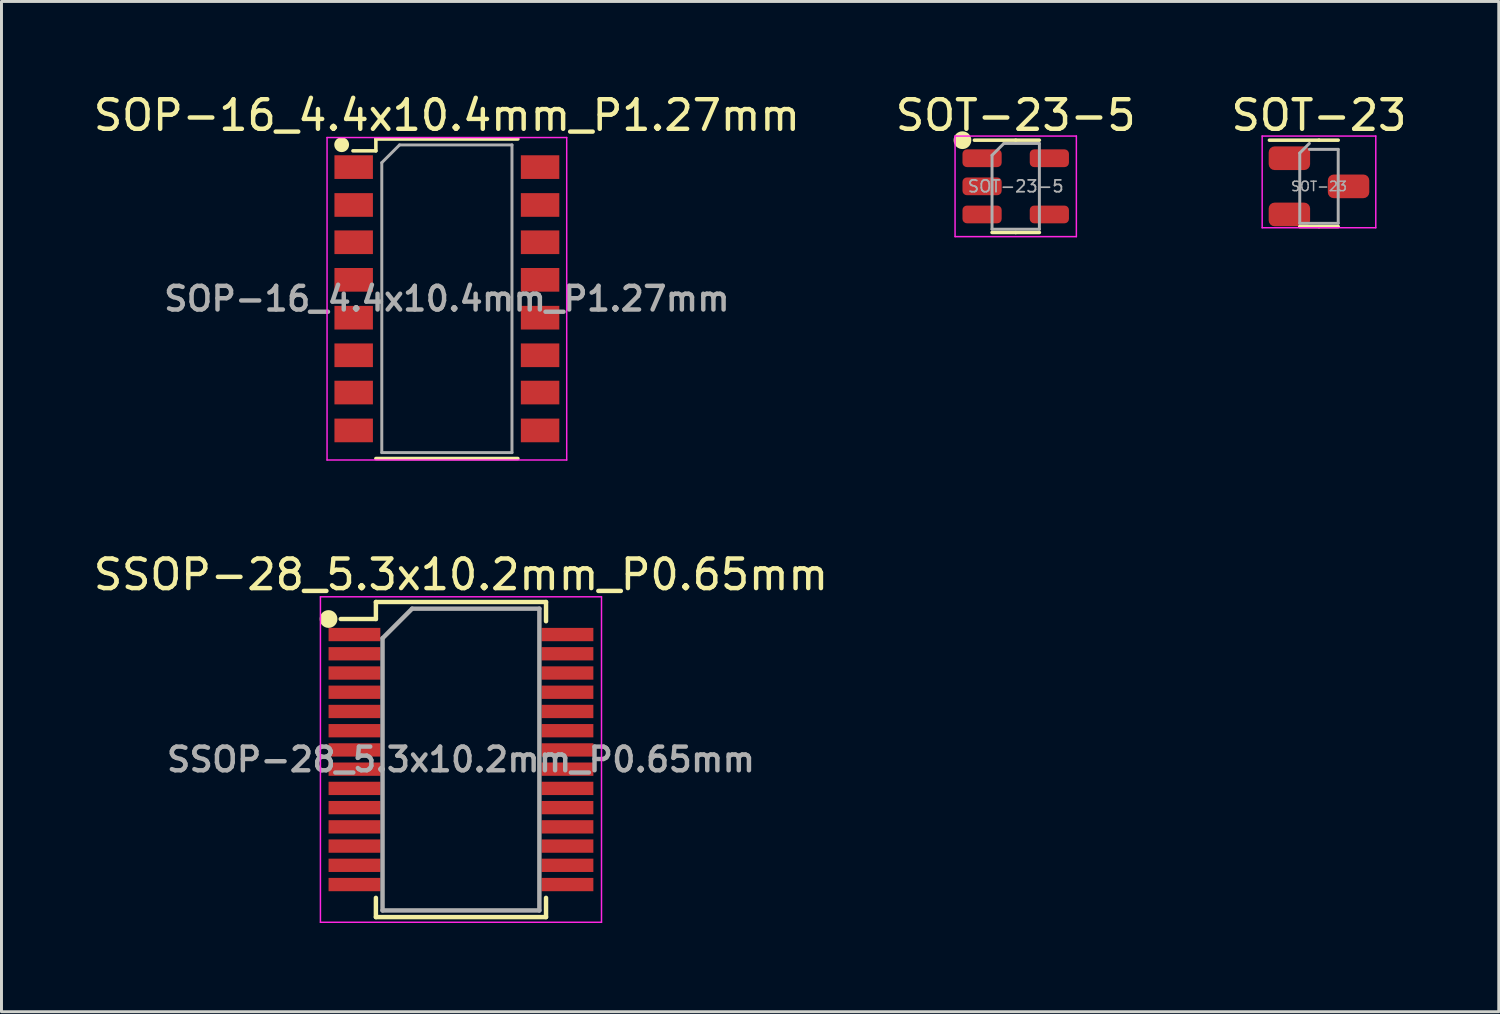
<source format=kicad_pcb>
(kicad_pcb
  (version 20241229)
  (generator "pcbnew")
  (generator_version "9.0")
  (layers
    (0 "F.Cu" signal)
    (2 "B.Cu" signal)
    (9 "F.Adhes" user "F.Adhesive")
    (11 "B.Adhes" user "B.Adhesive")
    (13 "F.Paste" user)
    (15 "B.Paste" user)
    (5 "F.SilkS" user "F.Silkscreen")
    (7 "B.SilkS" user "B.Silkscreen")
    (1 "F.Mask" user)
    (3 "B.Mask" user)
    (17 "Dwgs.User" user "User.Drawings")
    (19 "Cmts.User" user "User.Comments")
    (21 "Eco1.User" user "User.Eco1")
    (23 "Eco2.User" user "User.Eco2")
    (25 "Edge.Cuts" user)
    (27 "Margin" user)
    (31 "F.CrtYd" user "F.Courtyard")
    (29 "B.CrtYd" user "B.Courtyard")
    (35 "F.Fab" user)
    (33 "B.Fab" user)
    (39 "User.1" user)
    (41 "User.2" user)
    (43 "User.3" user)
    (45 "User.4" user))
  (footprint "SOT-23"
    (layer "F.Cu")
    (at 41.53 3.248)
    (property "Reference" "SOT-23" (at 0 -2.4 0) (layer "F.SilkS") (effects (font (size 1 1) (thickness 0.15))))
    (attr smd)
    (fp_line (start 0 -1.56) (end -1.675 -1.56) (stroke (width 0.12) (type solid)) (layer "F.SilkS"))
    (fp_line (start 0 -1.56) (end 0.65 -1.56) (stroke (width 0.12) (type solid)) (layer "F.SilkS"))
    (fp_line (start 0 1.36) (end -0.65 1.36) (stroke (width 0.12) (type solid)) (layer "F.SilkS"))
    (fp_line (start 0 1.36) (end 0.65 1.36) (stroke (width 0.12) (type solid)) (layer "F.SilkS"))
    (fp_line (start -1.92 -1.7) (end -1.92 1.4) (stroke (width 0.05) (type solid)) (layer "F.CrtYd"))
    (fp_line (start -1.92 1.4) (end 1.92 1.4) (stroke (width 0.05) (type solid)) (layer "F.CrtYd"))
    (fp_line (start 1.92 -1.7) (end -1.92 -1.7) (stroke (width 0.05) (type solid)) (layer "F.CrtYd"))
    (fp_line (start 1.92 1.4) (end 1.92 -1.7) (stroke (width 0.05) (type solid)) (layer "F.CrtYd"))
    (fp_line (start -0.65 -1.125) (end -0.325 -1.45) (stroke (width 0.1) (type solid)) (layer "F.Fab"))
    (fp_line (start -0.65 1.25) (end -0.65 -1.125) (stroke (width 0.1) (type solid)) (layer "F.Fab"))
    (fp_line (start -0.325 -1.25) (end 0.65 -1.25) (stroke (width 0.1) (type solid)) (layer "F.Fab"))
    (fp_line (start 0.65 -1.25) (end 0.65 1.25) (stroke (width 0.1) (type solid)) (layer "F.Fab"))
    (fp_line (start 0.65 1.25) (end -0.65 1.25) (stroke (width 0.1) (type solid)) (layer "F.Fab"))
    (fp_text user "${REFERENCE}" (at 0 0 0) (layer "F.Fab") (effects (font (size 0.32 0.32) (thickness 0.05))))
    (pad "1" smd roundrect (at -1 -0.95) (size 1.4 0.8) (layers "F.Cu" "F.Mask" "F.Paste") (roundrect_rratio 0.25))
    (pad "2" smd roundrect (at -1 0.95) (size 1.4 0.8) (layers "F.Cu" "F.Mask" "F.Paste") (roundrect_rratio 0.25))
    (pad "3" smd roundrect (at 1 0) (size 1.4 0.8) (layers "F.Cu" "F.Mask" "F.Paste") (roundrect_rratio 0.25)))
  (footprint "SOP-16_4.4x10.4mm_P1.27mm"
    (layer "F.Cu")
    (at 12.054 7.048)
    (property "Reference" "SOP-16_4.4x10.4mm_P1.27mm" (at 0 -6.2 0) (layer "F.SilkS") (effects (font (size 1 1) (thickness 0.15))))
    (attr smd)
    (fp_line (start -2.4 -5.4) (end -2.4 -5) (stroke (width 0.12) (type solid)) (layer "F.SilkS"))
    (fp_line (start -2.4 -5.4) (end 2.4 -5.4) (stroke (width 0.12) (type solid)) (layer "F.SilkS"))
    (fp_line (start -2.4 -5) (end -3.175 -5) (stroke (width 0.12) (type solid)) (layer "F.SilkS"))
    (fp_line (start -2.4 5.4) (end 2.4 5.4) (stroke (width 0.12) (type solid)) (layer "F.SilkS"))
    (fp_circle (center -3.556 -5.207) (end -3.356 -5.207) (stroke (width 0.1) (type solid)) (fill yes) (layer "F.SilkS"))
    (fp_line (start -4.05 -5.45) (end -4.05 5.45) (stroke (width 0.05) (type solid)) (layer "F.CrtYd"))
    (fp_line (start -4.05 -5.45) (end 4.05 -5.45) (stroke (width 0.05) (type solid)) (layer "F.CrtYd"))
    (fp_line (start 4.05 5.45) (end -4.05 5.45) (stroke (width 0.05) (type solid)) (layer "F.CrtYd"))
    (fp_line (start 4.05 5.45) (end 4.05 -5.45) (stroke (width 0.05) (type solid)) (layer "F.CrtYd"))
    (fp_line (start -2.2 -4.6) (end -1.6 -5.2) (stroke (width 0.1) (type solid)) (layer "F.Fab"))
    (fp_line (start -2.2 5.2) (end -2.2 -4.6) (stroke (width 0.1) (type solid)) (layer "F.Fab"))
    (fp_line (start -1.6 -5.2) (end 2.2 -5.2) (stroke (width 0.1) (type solid)) (layer "F.Fab"))
    (fp_line (start 2.2 -5.2) (end 2.2 5.2) (stroke (width 0.1) (type solid)) (layer "F.Fab"))
    (fp_line (start 2.2 5.2) (end -2.2 5.2) (stroke (width 0.1) (type solid)) (layer "F.Fab"))
    (fp_text user "${REFERENCE}" (at 0 0 0) (layer "F.Fab") (effects (font (size 0.8 0.8) (thickness 0.15))))
    (pad "1" smd rect (at -3.15 -4.45) (size 1.3 0.8) (layers "F.Cu" "F.Mask" "F.Paste"))
    (pad "2" smd rect (at -3.15 -3.17) (size 1.3 0.8) (layers "F.Cu" "F.Mask" "F.Paste"))
    (pad "3" smd rect (at -3.15 -1.91) (size 1.3 0.8) (layers "F.Cu" "F.Mask" "F.Paste"))
    (pad "4" smd rect (at -3.15 -0.64) (size 1.3 0.8) (layers "F.Cu" "F.Mask" "F.Paste"))
    (pad "5" smd rect (at -3.15 0.64) (size 1.3 0.8) (layers "F.Cu" "F.Mask" "F.Paste"))
    (pad "6" smd rect (at -3.15 1.91) (size 1.3 0.8) (layers "F.Cu" "F.Mask" "F.Paste"))
    (pad "7" smd rect (at -3.15 3.17) (size 1.3 0.8) (layers "F.Cu" "F.Mask" "F.Paste"))
    (pad "8" smd rect (at -3.15 4.45) (size 1.3 0.8) (layers "F.Cu" "F.Mask" "F.Paste"))
    (pad "9" smd rect (at 3.15 4.45) (size 1.3 0.8) (layers "F.Cu" "F.Mask" "F.Paste"))
    (pad "10" smd rect (at 3.15 3.17) (size 1.3 0.8) (layers "F.Cu" "F.Mask" "F.Paste"))
    (pad "11" smd rect (at 3.15 1.91) (size 1.3 0.8) (layers "F.Cu" "F.Mask" "F.Paste"))
    (pad "12" smd rect (at 3.15 0.64) (size 1.3 0.8) (layers "F.Cu" "F.Mask" "F.Paste"))
    (pad "13" smd rect (at 3.15 -0.64) (size 1.3 0.8) (layers "F.Cu" "F.Mask" "F.Paste"))
    (pad "14" smd rect (at 3.15 -1.91) (size 1.3 0.8) (layers "F.Cu" "F.Mask" "F.Paste"))
    (pad "15" smd rect (at 3.15 -3.17) (size 1.3 0.8) (layers "F.Cu" "F.Mask" "F.Paste"))
    (pad "16" smd rect (at 3.15 -4.45) (size 1.3 0.8) (layers "F.Cu" "F.Mask" "F.Paste")))
  (footprint "SSOP-28_5.3x10.2mm_P0.65mm"
    (layer "F.Cu")
    (at 12.53 22.622)
    (property "Reference" "SSOP-28_5.3x10.2mm_P0.65mm" (at 0 -6.25 0) (layer "F.SilkS") (effects (font (size 1 1) (thickness 0.15))))
    (attr smd)
    (fp_line (start -2.875 -5.325) (end -2.875 -4.75) (stroke (width 0.15) (type solid)) (layer "F.SilkS"))
    (fp_line (start -2.875 -5.325) (end 2.875 -5.325) (stroke (width 0.15) (type solid)) (layer "F.SilkS"))
    (fp_line (start -2.875 -4.75) (end -4.064 -4.75) (stroke (width 0.15) (type solid)) (layer "F.SilkS"))
    (fp_line (start -2.875 5.325) (end -2.875 4.675) (stroke (width 0.15) (type solid)) (layer "F.SilkS"))
    (fp_line (start -2.875 5.325) (end 2.875 5.325) (stroke (width 0.15) (type solid)) (layer "F.SilkS"))
    (fp_line (start 2.875 -5.325) (end 2.875 -4.675) (stroke (width 0.15) (type solid)) (layer "F.SilkS"))
    (fp_line (start 2.875 5.325) (end 2.875 4.675) (stroke (width 0.15) (type solid)) (layer "F.SilkS"))
    (fp_circle (center -4.475 -4.75) (end -4.225 -4.75) (stroke (width 0.1) (type solid)) (fill yes) (layer "F.SilkS"))
    (fp_line (start -4.75 -5.5) (end -4.75 5.5) (stroke (width 0.05) (type solid)) (layer "F.CrtYd"))
    (fp_line (start -4.75 -5.5) (end 4.75 -5.5) (stroke (width 0.05) (type solid)) (layer "F.CrtYd"))
    (fp_line (start -4.75 5.5) (end 4.75 5.5) (stroke (width 0.05) (type solid)) (layer "F.CrtYd"))
    (fp_line (start 4.75 -5.5) (end 4.75 5.5) (stroke (width 0.05) (type solid)) (layer "F.CrtYd"))
    (fp_line (start -2.65 -4.1) (end -1.65 -5.1) (stroke (width 0.15) (type solid)) (layer "F.Fab"))
    (fp_line (start -2.65 5.1) (end -2.65 -4.1) (stroke (width 0.15) (type solid)) (layer "F.Fab"))
    (fp_line (start -1.65 -5.1) (end 2.65 -5.1) (stroke (width 0.15) (type solid)) (layer "F.Fab"))
    (fp_line (start 2.65 -5.1) (end 2.65 5.1) (stroke (width 0.15) (type solid)) (layer "F.Fab"))
    (fp_line (start 2.65 5.1) (end -2.65 5.1) (stroke (width 0.15) (type solid)) (layer "F.Fab"))
    (fp_text user "${REFERENCE}" (at 0 0 0) (layer "F.Fab") (effects (font (size 0.8 0.8) (thickness 0.15))))
    (pad "1" smd rect (at -3.6 -4.225) (size 1.75 0.45) (layers "F.Cu" "F.Mask" "F.Paste"))
    (pad "2" smd rect (at -3.6 -3.575) (size 1.75 0.45) (layers "F.Cu" "F.Mask" "F.Paste"))
    (pad "3" smd rect (at -3.6 -2.925) (size 1.75 0.45) (layers "F.Cu" "F.Mask" "F.Paste"))
    (pad "4" smd rect (at -3.6 -2.275) (size 1.75 0.45) (layers "F.Cu" "F.Mask" "F.Paste"))
    (pad "5" smd rect (at -3.6 -1.625) (size 1.75 0.45) (layers "F.Cu" "F.Mask" "F.Paste"))
    (pad "6" smd rect (at -3.6 -0.975) (size 1.75 0.45) (layers "F.Cu" "F.Mask" "F.Paste"))
    (pad "7" smd rect (at -3.6 -0.325) (size 1.75 0.45) (layers "F.Cu" "F.Mask" "F.Paste"))
    (pad "8" smd rect (at -3.6 0.325) (size 1.75 0.45) (layers "F.Cu" "F.Mask" "F.Paste"))
    (pad "9" smd rect (at -3.6 0.975) (size 1.75 0.45) (layers "F.Cu" "F.Mask" "F.Paste"))
    (pad "10" smd rect (at -3.6 1.625) (size 1.75 0.45) (layers "F.Cu" "F.Mask" "F.Paste"))
    (pad "11" smd rect (at -3.6 2.275) (size 1.75 0.45) (layers "F.Cu" "F.Mask" "F.Paste"))
    (pad "12" smd rect (at -3.6 2.925) (size 1.75 0.45) (layers "F.Cu" "F.Mask" "F.Paste"))
    (pad "13" smd rect (at -3.6 3.575) (size 1.75 0.45) (layers "F.Cu" "F.Mask" "F.Paste"))
    (pad "14" smd rect (at -3.6 4.225) (size 1.75 0.45) (layers "F.Cu" "F.Mask" "F.Paste"))
    (pad "15" smd rect (at 3.6 4.225) (size 1.75 0.45) (layers "F.Cu" "F.Mask" "F.Paste"))
    (pad "16" smd rect (at 3.6 3.575) (size 1.75 0.45) (layers "F.Cu" "F.Mask" "F.Paste"))
    (pad "17" smd rect (at 3.6 2.925) (size 1.75 0.45) (layers "F.Cu" "F.Mask" "F.Paste"))
    (pad "18" smd rect (at 3.6 2.275) (size 1.75 0.45) (layers "F.Cu" "F.Mask" "F.Paste"))
    (pad "19" smd rect (at 3.6 1.625) (size 1.75 0.45) (layers "F.Cu" "F.Mask" "F.Paste"))
    (pad "20" smd rect (at 3.6 0.975) (size 1.75 0.45) (layers "F.Cu" "F.Mask" "F.Paste"))
    (pad "21" smd rect (at 3.6 0.325) (size 1.75 0.45) (layers "F.Cu" "F.Mask" "F.Paste"))
    (pad "22" smd rect (at 3.6 -0.325) (size 1.75 0.45) (layers "F.Cu" "F.Mask" "F.Paste"))
    (pad "23" smd rect (at 3.6 -0.975) (size 1.75 0.45) (layers "F.Cu" "F.Mask" "F.Paste"))
    (pad "24" smd rect (at 3.6 -1.625) (size 1.75 0.45) (layers "F.Cu" "F.Mask" "F.Paste"))
    (pad "25" smd rect (at 3.6 -2.275) (size 1.75 0.45) (layers "F.Cu" "F.Mask" "F.Paste"))
    (pad "26" smd rect (at 3.6 -2.925) (size 1.75 0.45) (layers "F.Cu" "F.Mask" "F.Paste"))
    (pad "27" smd rect (at 3.6 -3.575) (size 1.75 0.45) (layers "F.Cu" "F.Mask" "F.Paste"))
    (pad "28" smd rect (at 3.6 -4.225) (size 1.75 0.45) (layers "F.Cu" "F.Mask" "F.Paste")))
  (footprint "SOT-23-5"
    (layer "F.Cu")
    (at 31.28 3.248)
    (property "Reference" "SOT-23-5" (at 0 -2.4 0) (layer "F.SilkS") (effects (font (size 1 1) (thickness 0.15))))
    (attr smd)
    (fp_line (start 0 -1.56) (end -1.397 -1.56) (stroke (width 0.12) (type solid)) (layer "F.SilkS"))
    (fp_line (start 0 -1.56) (end 0.8 -1.56) (stroke (width 0.12) (type solid)) (layer "F.SilkS"))
    (fp_line (start 0 1.56) (end -0.8 1.56) (stroke (width 0.12) (type solid)) (layer "F.SilkS"))
    (fp_line (start 0 1.56) (end 0.8 1.56) (stroke (width 0.12) (type solid)) (layer "F.SilkS"))
    (fp_circle (center -1.8 -1.56) (end -1.55 -1.56) (stroke (width 0.1) (type solid)) (fill yes) (layer "F.SilkS"))
    (fp_line (start -2.05 -1.7) (end -2.05 1.7) (stroke (width 0.05) (type solid)) (layer "F.CrtYd"))
    (fp_line (start -2.05 1.7) (end 2.05 1.7) (stroke (width 0.05) (type solid)) (layer "F.CrtYd"))
    (fp_line (start 2.05 -1.7) (end -2.05 -1.7) (stroke (width 0.05) (type solid)) (layer "F.CrtYd"))
    (fp_line (start 2.05 1.7) (end 2.05 -1.7) (stroke (width 0.05) (type solid)) (layer "F.CrtYd"))
    (fp_line (start -0.8 -1.05) (end -0.4 -1.45) (stroke (width 0.1) (type solid)) (layer "F.Fab"))
    (fp_line (start -0.8 1.45) (end -0.8 -1.05) (stroke (width 0.1) (type solid)) (layer "F.Fab"))
    (fp_line (start -0.4 -1.45) (end 0.8 -1.45) (stroke (width 0.1) (type solid)) (layer "F.Fab"))
    (fp_line (start 0.8 -1.45) (end 0.8 1.45) (stroke (width 0.1) (type solid)) (layer "F.Fab"))
    (fp_line (start 0.8 1.45) (end -0.8 1.45) (stroke (width 0.1) (type solid)) (layer "F.Fab"))
    (fp_text user "${REFERENCE}" (at 0 0 0) (layer "F.Fab") (effects (font (size 0.4 0.4) (thickness 0.06))))
    (pad "1" smd roundrect (at -1.137 -0.95) (size 1.325 0.6) (layers "F.Cu" "F.Mask" "F.Paste") (roundrect_rratio 0.25))
    (pad "2" smd roundrect (at -1.137 0) (size 1.325 0.6) (layers "F.Cu" "F.Mask" "F.Paste") (roundrect_rratio 0.25))
    (pad "3" smd roundrect (at -1.137 0.95) (size 1.325 0.6) (layers "F.Cu" "F.Mask" "F.Paste") (roundrect_rratio 0.25))
    (pad "4" smd roundrect (at 1.137 0.95) (size 1.325 0.6) (layers "F.Cu" "F.Mask" "F.Paste") (roundrect_rratio 0.25))
    (pad "5" smd roundrect (at 1.137 -0.95) (size 1.325 0.6) (layers "F.Cu" "F.Mask" "F.Paste") (roundrect_rratio 0.25)))
  (gr_rect
    (start -3 -3)
    (end 47.607 31.146)
    (stroke (width 0.1) (type default))
    (fill no)
    (layer "Edge.Cuts")))
</source>
